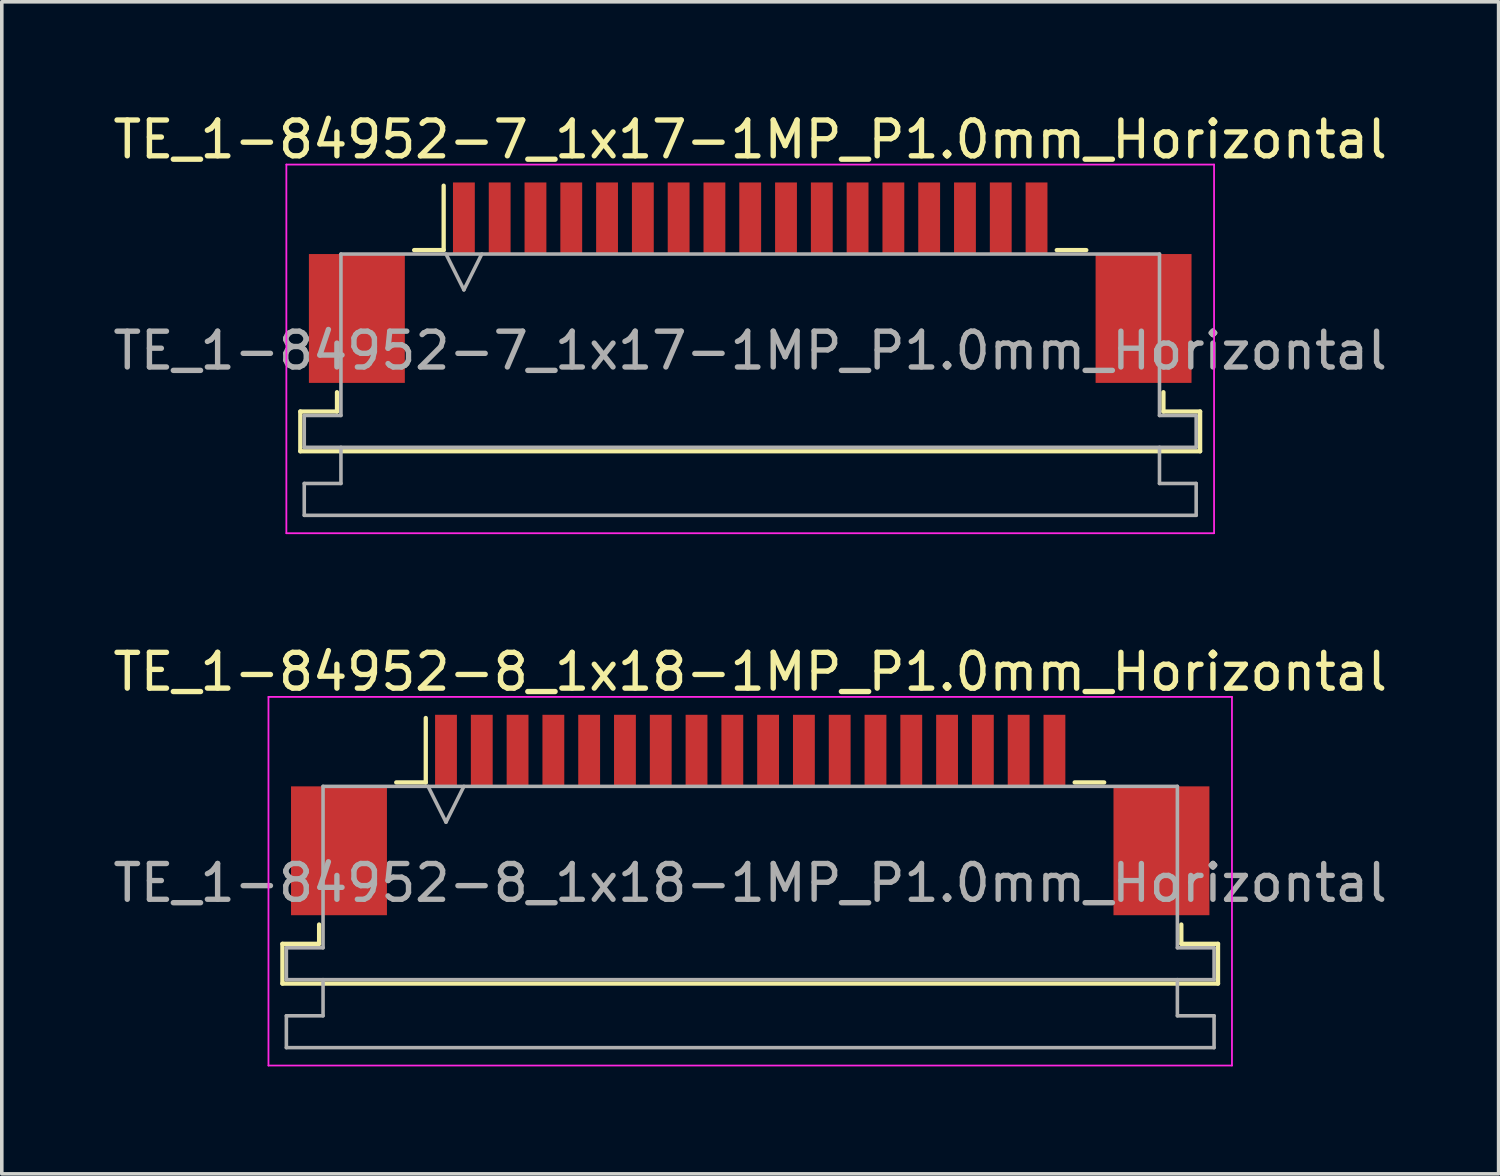
<source format=kicad_pcb>
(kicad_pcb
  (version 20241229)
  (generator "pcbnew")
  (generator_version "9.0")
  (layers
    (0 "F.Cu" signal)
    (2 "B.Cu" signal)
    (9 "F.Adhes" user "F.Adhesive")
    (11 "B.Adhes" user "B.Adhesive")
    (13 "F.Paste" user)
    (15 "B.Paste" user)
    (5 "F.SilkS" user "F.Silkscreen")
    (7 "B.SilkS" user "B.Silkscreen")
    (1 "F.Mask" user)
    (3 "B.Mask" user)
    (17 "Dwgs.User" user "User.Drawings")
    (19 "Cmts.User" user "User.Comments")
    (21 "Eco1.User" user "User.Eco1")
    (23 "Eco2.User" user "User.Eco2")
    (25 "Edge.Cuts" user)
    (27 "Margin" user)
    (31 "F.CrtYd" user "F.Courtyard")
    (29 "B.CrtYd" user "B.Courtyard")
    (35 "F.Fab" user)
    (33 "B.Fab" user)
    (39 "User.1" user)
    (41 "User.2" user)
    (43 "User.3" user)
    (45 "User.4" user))
  (footprint "TE_1-84952-7_1x17-1MP_P1.0mm_Horizontal"
    (layer "F.Cu")
    (at 17.911 4.848)
    (property "Reference" "TE_1-84952-7_1x17-1MP_P1.0mm_Horizontal" (at 0 -4 0) (layer "F.SilkS") (effects (font (size 1 1) (thickness 0.15))))
    (attr smd)
    (fp_line (start -12.57 3.6) (end -11.545 3.6) (stroke (width 0.12) (type solid)) (layer "F.SilkS"))
    (fp_line (start -12.57 4.71) (end -12.57 3.6) (stroke (width 0.12) (type solid)) (layer "F.SilkS"))
    (fp_line (start -11.545 3.6) (end -11.545 3.06) (stroke (width 0.12) (type solid)) (layer "F.SilkS"))
    (fp_line (start -9.39 -0.91) (end -8.565 -0.91) (stroke (width 0.12) (type solid)) (layer "F.SilkS"))
    (fp_line (start -8.565 -0.91) (end -8.565 -2.71) (stroke (width 0.12) (type solid)) (layer "F.SilkS"))
    (fp_line (start 8.565 -0.91) (end 9.39 -0.91) (stroke (width 0.12) (type solid)) (layer "F.SilkS"))
    (fp_line (start 11.545 3.06) (end 11.545 3.6) (stroke (width 0.12) (type solid)) (layer "F.SilkS"))
    (fp_line (start 11.545 3.6) (end 12.57 3.6) (stroke (width 0.12) (type solid)) (layer "F.SilkS"))
    (fp_line (start 12.57 3.6) (end 12.57 4.71) (stroke (width 0.12) (type solid)) (layer "F.SilkS"))
    (fp_line (start 12.57 4.71) (end -12.57 4.71) (stroke (width 0.12) (type solid)) (layer "F.SilkS"))
    (fp_line (start -12.96 -3.3) (end -12.96 7) (stroke (width 0.05) (type solid)) (layer "F.CrtYd"))
    (fp_line (start -12.96 7) (end 12.96 7) (stroke (width 0.05) (type solid)) (layer "F.CrtYd"))
    (fp_line (start 12.96 -3.3) (end -12.96 -3.3) (stroke (width 0.05) (type solid)) (layer "F.CrtYd"))
    (fp_line (start 12.96 7) (end 12.96 -3.3) (stroke (width 0.05) (type solid)) (layer "F.CrtYd"))
    (fp_line (start -12.46 3.71) (end -11.435 3.71) (stroke (width 0.1) (type solid)) (layer "F.Fab"))
    (fp_line (start -12.46 4.6) (end -12.46 3.71) (stroke (width 0.1) (type solid)) (layer "F.Fab"))
    (fp_line (start -12.46 5.61) (end -11.435 5.61) (stroke (width 0.1) (type solid)) (layer "F.Fab"))
    (fp_line (start -12.46 6.5) (end -12.46 5.61) (stroke (width 0.1) (type solid)) (layer "F.Fab"))
    (fp_line (start -11.435 -0.8) (end 11.435 -0.8) (stroke (width 0.1) (type solid)) (layer "F.Fab"))
    (fp_line (start -11.435 3.71) (end -11.435 -0.8) (stroke (width 0.1) (type solid)) (layer "F.Fab"))
    (fp_line (start -11.435 5.61) (end -11.435 4.6) (stroke (width 0.1) (type solid)) (layer "F.Fab"))
    (fp_line (start -8.5 -0.8) (end -8 0.2) (stroke (width 0.1) (type solid)) (layer "F.Fab"))
    (fp_line (start -8 0.2) (end -7.5 -0.8) (stroke (width 0.1) (type solid)) (layer "F.Fab"))
    (fp_line (start 11.435 -0.8) (end 11.435 3.71) (stroke (width 0.1) (type solid)) (layer "F.Fab"))
    (fp_line (start 11.435 3.71) (end 12.46 3.71) (stroke (width 0.1) (type solid)) (layer "F.Fab"))
    (fp_line (start 11.435 4.6) (end 11.435 5.61) (stroke (width 0.1) (type solid)) (layer "F.Fab"))
    (fp_line (start 11.435 5.61) (end 12.46 5.61) (stroke (width 0.1) (type solid)) (layer "F.Fab"))
    (fp_line (start 12.46 3.71) (end 12.46 4.6) (stroke (width 0.1) (type solid)) (layer "F.Fab"))
    (fp_line (start 12.46 4.6) (end -12.46 4.6) (stroke (width 0.1) (type solid)) (layer "F.Fab"))
    (fp_line (start 12.46 5.61) (end 12.46 6.5) (stroke (width 0.1) (type solid)) (layer "F.Fab"))
    (fp_line (start 12.46 6.5) (end -12.46 6.5) (stroke (width 0.1) (type solid)) (layer "F.Fab"))
    (fp_text user "${REFERENCE}" (at 0 1.9 0) (layer "F.Fab") (effects (font (size 1 1) (thickness 0.15))))
    (pad "1" smd rect (at -8 -1.8) (size 0.61 2) (layers "F.Cu" "F.Mask" "F.Paste"))
    (pad "2" smd rect (at -7 -1.8) (size 0.61 2) (layers "F.Cu" "F.Mask" "F.Paste"))
    (pad "3" smd rect (at -6 -1.8) (size 0.61 2) (layers "F.Cu" "F.Mask" "F.Paste"))
    (pad "4" smd rect (at -5 -1.8) (size 0.61 2) (layers "F.Cu" "F.Mask" "F.Paste"))
    (pad "5" smd rect (at -4 -1.8) (size 0.61 2) (layers "F.Cu" "F.Mask" "F.Paste"))
    (pad "6" smd rect (at -3 -1.8) (size 0.61 2) (layers "F.Cu" "F.Mask" "F.Paste"))
    (pad "7" smd rect (at -2 -1.8) (size 0.61 2) (layers "F.Cu" "F.Mask" "F.Paste"))
    (pad "8" smd rect (at -1 -1.8) (size 0.61 2) (layers "F.Cu" "F.Mask" "F.Paste"))
    (pad "9" smd rect (at 0 -1.8) (size 0.61 2) (layers "F.Cu" "F.Mask" "F.Paste"))
    (pad "10" smd rect (at 1 -1.8) (size 0.61 2) (layers "F.Cu" "F.Mask" "F.Paste"))
    (pad "11" smd rect (at 2 -1.8) (size 0.61 2) (layers "F.Cu" "F.Mask" "F.Paste"))
    (pad "12" smd rect (at 3 -1.8) (size 0.61 2) (layers "F.Cu" "F.Mask" "F.Paste"))
    (pad "13" smd rect (at 4 -1.8) (size 0.61 2) (layers "F.Cu" "F.Mask" "F.Paste"))
    (pad "14" smd rect (at 5 -1.8) (size 0.61 2) (layers "F.Cu" "F.Mask" "F.Paste"))
    (pad "15" smd rect (at 6 -1.8) (size 0.61 2) (layers "F.Cu" "F.Mask" "F.Paste"))
    (pad "16" smd rect (at 7 -1.8) (size 0.61 2) (layers "F.Cu" "F.Mask" "F.Paste"))
    (pad "17" smd rect (at 8 -1.8) (size 0.61 2) (layers "F.Cu" "F.Mask" "F.Paste"))
    (pad "MP" smd rect (at -10.99 1) (size 2.68 3.6) (layers "F.Cu" "F.Mask" "F.Paste"))
    (pad "MP" smd rect (at 10.99 1) (size 2.68 3.6) (layers "F.Cu" "F.Mask" "F.Paste")))
  (footprint "TE_1-84952-8_1x18-1MP_P1.0mm_Horizontal"
    (layer "F.Cu")
    (at 17.911 19.721)
    (property "Reference" "TE_1-84952-8_1x18-1MP_P1.0mm_Horizontal" (at 0 -4 0) (layer "F.SilkS") (effects (font (size 1 1) (thickness 0.15))))
    (attr smd)
    (fp_line (start -13.07 3.6) (end -12.045 3.6) (stroke (width 0.12) (type solid)) (layer "F.SilkS"))
    (fp_line (start -13.07 4.71) (end -13.07 3.6) (stroke (width 0.12) (type solid)) (layer "F.SilkS"))
    (fp_line (start -12.045 3.6) (end -12.045 3.06) (stroke (width 0.12) (type solid)) (layer "F.SilkS"))
    (fp_line (start -9.89 -0.91) (end -9.065 -0.91) (stroke (width 0.12) (type solid)) (layer "F.SilkS"))
    (fp_line (start -9.065 -0.91) (end -9.065 -2.71) (stroke (width 0.12) (type solid)) (layer "F.SilkS"))
    (fp_line (start 9.065 -0.91) (end 9.89 -0.91) (stroke (width 0.12) (type solid)) (layer "F.SilkS"))
    (fp_line (start 12.045 3.06) (end 12.045 3.6) (stroke (width 0.12) (type solid)) (layer "F.SilkS"))
    (fp_line (start 12.045 3.6) (end 13.07 3.6) (stroke (width 0.12) (type solid)) (layer "F.SilkS"))
    (fp_line (start 13.07 3.6) (end 13.07 4.71) (stroke (width 0.12) (type solid)) (layer "F.SilkS"))
    (fp_line (start 13.07 4.71) (end -13.07 4.71) (stroke (width 0.12) (type solid)) (layer "F.SilkS"))
    (fp_line (start -13.46 -3.3) (end -13.46 7) (stroke (width 0.05) (type solid)) (layer "F.CrtYd"))
    (fp_line (start -13.46 7) (end 13.46 7) (stroke (width 0.05) (type solid)) (layer "F.CrtYd"))
    (fp_line (start 13.46 -3.3) (end -13.46 -3.3) (stroke (width 0.05) (type solid)) (layer "F.CrtYd"))
    (fp_line (start 13.46 7) (end 13.46 -3.3) (stroke (width 0.05) (type solid)) (layer "F.CrtYd"))
    (fp_line (start -12.96 3.71) (end -11.935 3.71) (stroke (width 0.1) (type solid)) (layer "F.Fab"))
    (fp_line (start -12.96 4.6) (end -12.96 3.71) (stroke (width 0.1) (type solid)) (layer "F.Fab"))
    (fp_line (start -12.96 5.61) (end -11.935 5.61) (stroke (width 0.1) (type solid)) (layer "F.Fab"))
    (fp_line (start -12.96 6.5) (end -12.96 5.61) (stroke (width 0.1) (type solid)) (layer "F.Fab"))
    (fp_line (start -11.935 -0.8) (end 11.935 -0.8) (stroke (width 0.1) (type solid)) (layer "F.Fab"))
    (fp_line (start -11.935 3.71) (end -11.935 -0.8) (stroke (width 0.1) (type solid)) (layer "F.Fab"))
    (fp_line (start -11.935 5.61) (end -11.935 4.6) (stroke (width 0.1) (type solid)) (layer "F.Fab"))
    (fp_line (start -9 -0.8) (end -8.5 0.2) (stroke (width 0.1) (type solid)) (layer "F.Fab"))
    (fp_line (start -8.5 0.2) (end -8 -0.8) (stroke (width 0.1) (type solid)) (layer "F.Fab"))
    (fp_line (start 11.935 -0.8) (end 11.935 3.71) (stroke (width 0.1) (type solid)) (layer "F.Fab"))
    (fp_line (start 11.935 3.71) (end 12.96 3.71) (stroke (width 0.1) (type solid)) (layer "F.Fab"))
    (fp_line (start 11.935 4.6) (end 11.935 5.61) (stroke (width 0.1) (type solid)) (layer "F.Fab"))
    (fp_line (start 11.935 5.61) (end 12.96 5.61) (stroke (width 0.1) (type solid)) (layer "F.Fab"))
    (fp_line (start 12.96 3.71) (end 12.96 4.6) (stroke (width 0.1) (type solid)) (layer "F.Fab"))
    (fp_line (start 12.96 4.6) (end -12.96 4.6) (stroke (width 0.1) (type solid)) (layer "F.Fab"))
    (fp_line (start 12.96 5.61) (end 12.96 6.5) (stroke (width 0.1) (type solid)) (layer "F.Fab"))
    (fp_line (start 12.96 6.5) (end -12.96 6.5) (stroke (width 0.1) (type solid)) (layer "F.Fab"))
    (fp_text user "${REFERENCE}" (at 0 1.9 0) (layer "F.Fab") (effects (font (size 1 1) (thickness 0.15))))
    (pad "1" smd rect (at -8.5 -1.8) (size 0.61 2) (layers "F.Cu" "F.Mask" "F.Paste"))
    (pad "2" smd rect (at -7.5 -1.8) (size 0.61 2) (layers "F.Cu" "F.Mask" "F.Paste"))
    (pad "3" smd rect (at -6.5 -1.8) (size 0.61 2) (layers "F.Cu" "F.Mask" "F.Paste"))
    (pad "4" smd rect (at -5.5 -1.8) (size 0.61 2) (layers "F.Cu" "F.Mask" "F.Paste"))
    (pad "5" smd rect (at -4.5 -1.8) (size 0.61 2) (layers "F.Cu" "F.Mask" "F.Paste"))
    (pad "6" smd rect (at -3.5 -1.8) (size 0.61 2) (layers "F.Cu" "F.Mask" "F.Paste"))
    (pad "7" smd rect (at -2.5 -1.8) (size 0.61 2) (layers "F.Cu" "F.Mask" "F.Paste"))
    (pad "8" smd rect (at -1.5 -1.8) (size 0.61 2) (layers "F.Cu" "F.Mask" "F.Paste"))
    (pad "9" smd rect (at -0.5 -1.8) (size 0.61 2) (layers "F.Cu" "F.Mask" "F.Paste"))
    (pad "10" smd rect (at 0.5 -1.8) (size 0.61 2) (layers "F.Cu" "F.Mask" "F.Paste"))
    (pad "11" smd rect (at 1.5 -1.8) (size 0.61 2) (layers "F.Cu" "F.Mask" "F.Paste"))
    (pad "12" smd rect (at 2.5 -1.8) (size 0.61 2) (layers "F.Cu" "F.Mask" "F.Paste"))
    (pad "13" smd rect (at 3.5 -1.8) (size 0.61 2) (layers "F.Cu" "F.Mask" "F.Paste"))
    (pad "14" smd rect (at 4.5 -1.8) (size 0.61 2) (layers "F.Cu" "F.Mask" "F.Paste"))
    (pad "15" smd rect (at 5.5 -1.8) (size 0.61 2) (layers "F.Cu" "F.Mask" "F.Paste"))
    (pad "16" smd rect (at 6.5 -1.8) (size 0.61 2) (layers "F.Cu" "F.Mask" "F.Paste"))
    (pad "17" smd rect (at 7.5 -1.8) (size 0.61 2) (layers "F.Cu" "F.Mask" "F.Paste"))
    (pad "18" smd rect (at 8.5 -1.8) (size 0.61 2) (layers "F.Cu" "F.Mask" "F.Paste"))
    (pad "MP" smd rect (at -11.49 1) (size 2.68 3.6) (layers "F.Cu" "F.Mask" "F.Paste"))
    (pad "MP" smd rect (at 11.49 1) (size 2.68 3.6) (layers "F.Cu" "F.Mask" "F.Paste")))
  (gr_rect
    (start -3 -3)
    (end 38.821 29.747)
    (stroke (width 0.1) (type default))
    (fill no)
    (layer "Edge.Cuts")))
</source>
